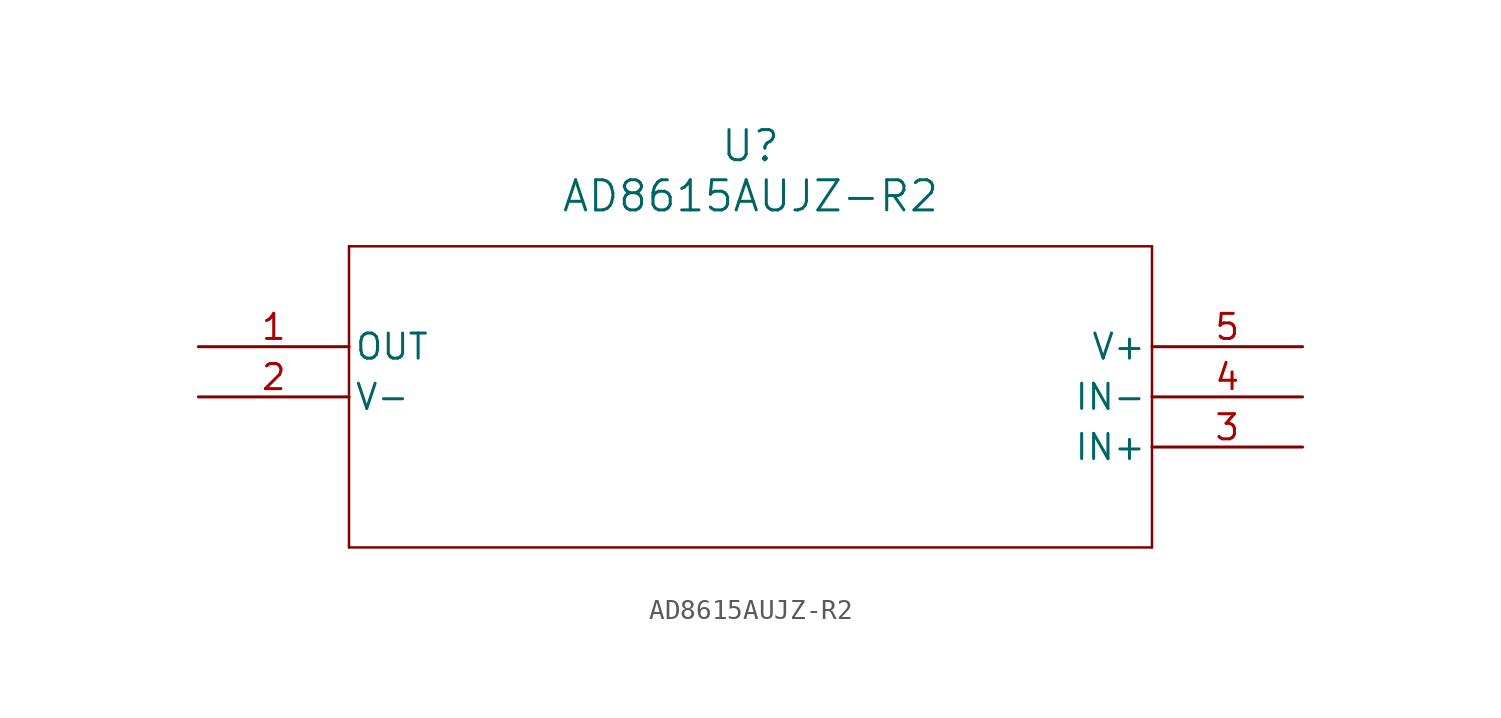
<source format=kicad_sym>
(kicad_symbol_lib
  (version 20211014)
  (generator kicad_symbol_editor)
  (symbol "AD8615AUJZ-R2"
    (pin_names
      (offset 0.254))
    (property "Reference" "U"
      (at 27.94 10.16 0)
      (effects (font (size 1.524 1.524))))
    (property "Value" "AD8615AUJZ-R2"
      (at 27.94 7.62 0)
      (effects (font (size 1.524 1.524))))
    (symbol "AD8615AUJZ-R2_0_1"
      (polyline (pts (xy 7.62 5.08) (xy 7.62 -10.16)) (stroke (width 0.127) (type default) (color 0 0 0 0)) (fill (type none)))
      (polyline (pts (xy 7.62 -10.16) (xy 48.26 -10.16)) (stroke (width 0.127) (type default) (color 0 0 0 0)) (fill (type none)))
      (polyline (pts (xy 48.26 -10.16) (xy 48.26 5.08)) (stroke (width 0.127) (type default) (color 0 0 0 0)) (fill (type none)))
      (polyline (pts (xy 48.26 5.08) (xy 7.62 5.08)) (stroke (width 0.127) (type default) (color 0 0 0 0)) (fill (type none)))
      (pin output line (at 0 0 0) (length 7.62) (name "OUT" (effects (font (size 1.27 1.27)))) (number "1" (effects (font (size 1.27 1.27)))))
      (pin power_in line (at 0 -2.54 0) (length 7.62) (name "V-" (effects (font (size 1.27 1.27)))) (number "2" (effects (font (size 1.27 1.27)))))
      (pin input line (at 55.88 -5.08 180) (length 7.62) (name "IN+" (effects (font (size 1.27 1.27)))) (number "3" (effects (font (size 1.27 1.27)))))
      (pin input line (at 55.88 -2.54 180) (length 7.62) (name "IN-" (effects (font (size 1.27 1.27)))) (number "4" (effects (font (size 1.27 1.27)))))
      (pin power_in line (at 55.88 0 180) (length 7.62) (name "V+" (effects (font (size 1.27 1.27)))) (number "5" (effects (font (size 1.27 1.27))))))))
</source>
